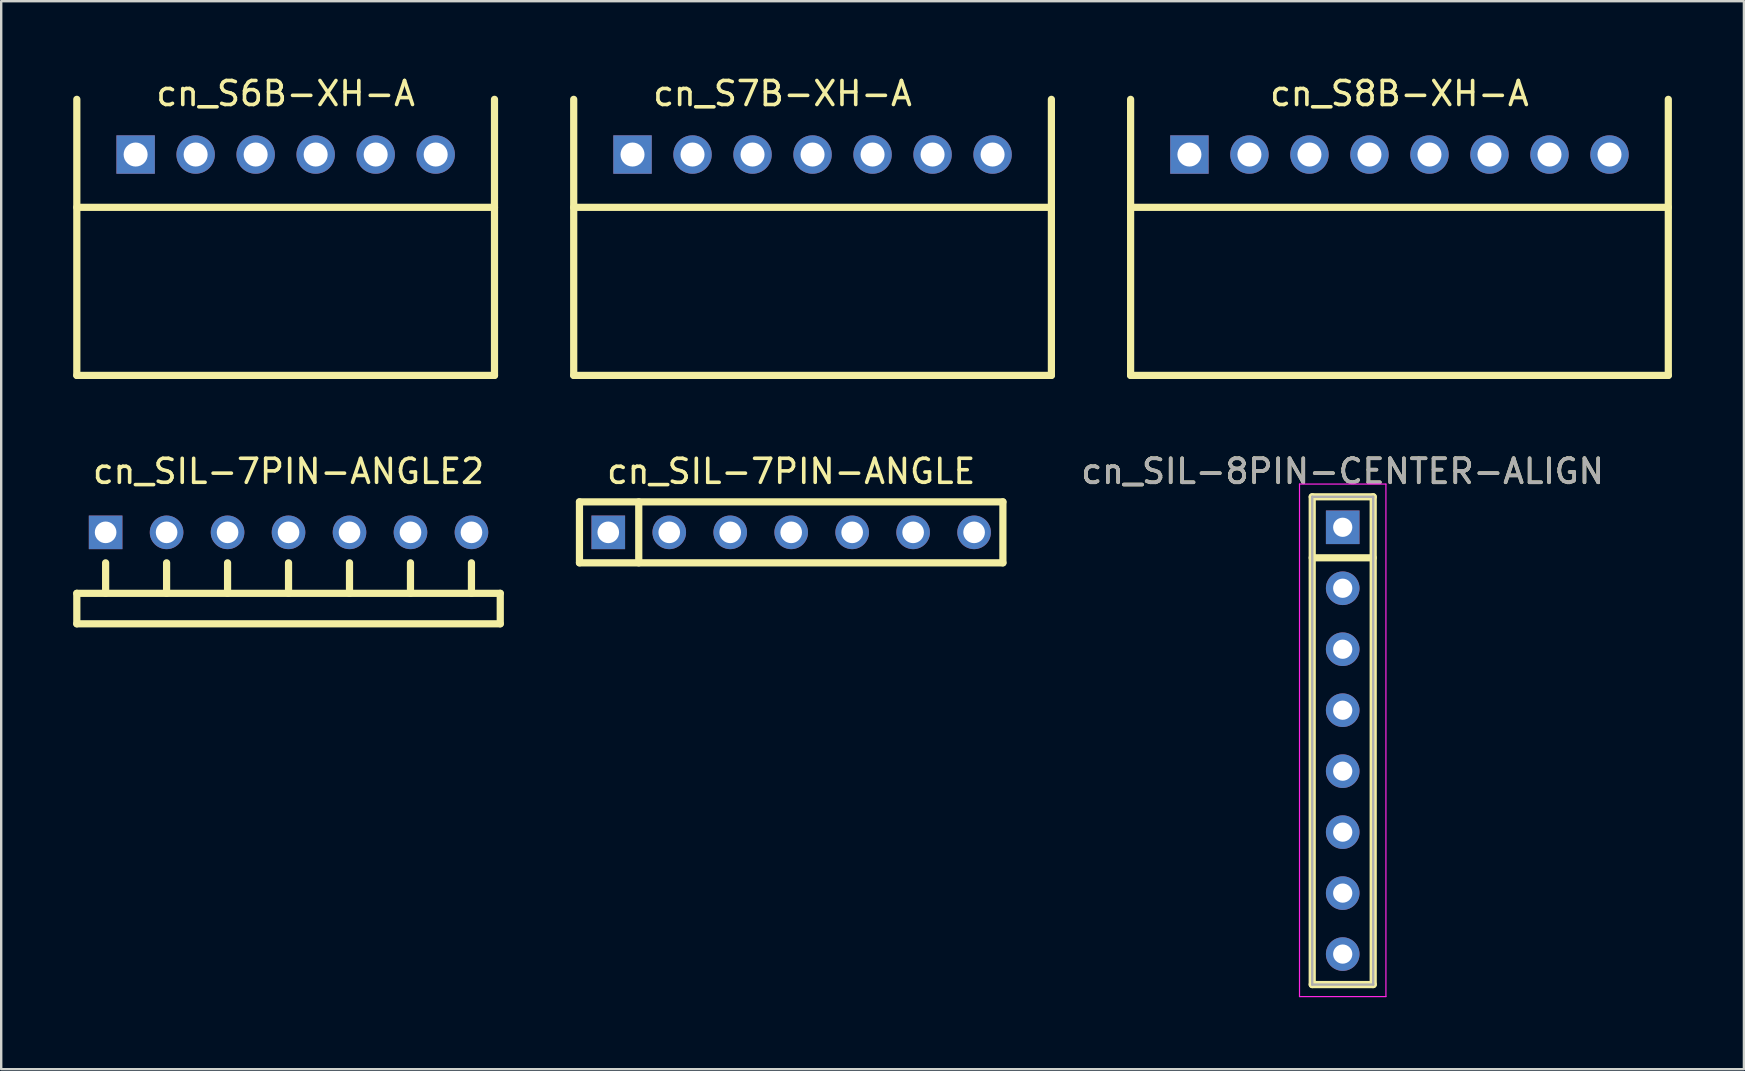
<source format=kicad_pcb>
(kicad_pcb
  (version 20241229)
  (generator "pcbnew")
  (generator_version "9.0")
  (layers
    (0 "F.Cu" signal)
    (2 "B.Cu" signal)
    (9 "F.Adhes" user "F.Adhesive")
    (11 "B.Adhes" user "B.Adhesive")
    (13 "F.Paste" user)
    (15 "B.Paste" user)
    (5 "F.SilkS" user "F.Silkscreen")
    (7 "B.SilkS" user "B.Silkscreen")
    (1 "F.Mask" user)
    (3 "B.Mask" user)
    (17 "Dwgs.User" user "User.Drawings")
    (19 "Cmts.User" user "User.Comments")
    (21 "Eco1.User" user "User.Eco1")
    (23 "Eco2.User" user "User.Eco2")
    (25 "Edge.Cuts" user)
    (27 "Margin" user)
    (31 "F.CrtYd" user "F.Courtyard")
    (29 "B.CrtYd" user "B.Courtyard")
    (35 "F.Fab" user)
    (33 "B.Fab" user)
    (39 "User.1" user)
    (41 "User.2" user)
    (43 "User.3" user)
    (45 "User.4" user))
  (footprint "cn_SIL-7PIN-ANGLE"
    (layer "F.Cu")
    (at 29.91 19.127)
    (property "Reference" "cn_SIL-7PIN-ANGLE" (at 0 -2.54 0) (layer "F.SilkS") (effects (font (size 1 1) (thickness 0.15))))
    (attr through_hole)
    (fp_line (start -8.82 -1.27) (end -8.82 1.27) (stroke (width 0.3) (type solid)) (layer "F.SilkS"))
    (fp_line (start -8.82 1.27) (end 8.82 1.27) (stroke (width 0.3) (type solid)) (layer "F.SilkS"))
    (fp_line (start -6.35 -1.27) (end -6.35 1.27) (stroke (width 0.3) (type solid)) (layer "F.SilkS"))
    (fp_line (start 8.82 -1.27) (end -8.82 -1.27) (stroke (width 0.3) (type solid)) (layer "F.SilkS"))
    (fp_line (start 8.82 1.27) (end 8.82 -1.27) (stroke (width 0.3) (type solid)) (layer "F.SilkS"))
    (pad "1" thru_hole rect (at -7.62 0) (size 1.4 1.4) (drill 0.9) (layers "*.Cu" "*.Mask"))
    (pad "2" thru_hole circle (at -5.08 0) (size 1.4 1.4) (drill 0.9) (layers "*.Cu" "*.Mask"))
    (pad "3" thru_hole circle (at -2.54 0) (size 1.4 1.4) (drill 0.9) (layers "*.Cu" "*.Mask"))
    (pad "4" thru_hole circle (at 0 0) (size 1.4 1.4) (drill 0.9) (layers "*.Cu" "*.Mask"))
    (pad "5" thru_hole circle (at 2.54 0) (size 1.4 1.4) (drill 0.9) (layers "*.Cu" "*.Mask"))
    (pad "6" thru_hole circle (at 5.08 0) (size 1.4 1.4) (drill 0.9) (layers "*.Cu" "*.Mask"))
    (pad "7" thru_hole circle (at 7.62 0) (size 1.4 1.4) (drill 0.9) (layers "*.Cu" "*.Mask")))
  (footprint "cn_S6B-XH-A"
    (layer "F.Cu")
    (at 8.85 3.388)
    (property "Reference" "cn_S6B-XH-A" (at 0 -2.54 0) (layer "F.SilkS") (effects (font (size 1 1) (thickness 0.15))))
    (attr through_hole)
    (fp_line (start -8.7 2.2) (end 8.7 2.2) (stroke (width 0.3) (type solid)) (layer "F.SilkS"))
    (fp_line (start -8.7 9.2) (end -8.7 -2.3) (stroke (width 0.3) (type solid)) (layer "F.SilkS"))
    (fp_line (start -8.7 9.2) (end 8.7 9.2) (stroke (width 0.3) (type solid)) (layer "F.SilkS"))
    (fp_line (start 8.7 9.2) (end 8.7 -2.3) (stroke (width 0.3) (type solid)) (layer "F.SilkS"))
    (pad "1" thru_hole rect (at -6.25 0) (size 1.6 1.6) (drill 1) (layers "*.Cu" "*.Mask"))
    (pad "2" thru_hole circle (at -3.75 0) (size 1.6 1.6) (drill 1) (layers "*.Cu" "*.Mask"))
    (pad "3" thru_hole circle (at -1.25 0) (size 1.6 1.6) (drill 1) (layers "*.Cu" "*.Mask"))
    (pad "4" thru_hole circle (at 1.25 0) (size 1.6 1.6) (drill 1) (layers "*.Cu" "*.Mask"))
    (pad "5" thru_hole circle (at 3.75 0) (size 1.6 1.6) (drill 1) (layers "*.Cu" "*.Mask"))
    (pad "6" thru_hole circle (at 6.25 0) (size 1.6 1.6) (drill 1) (layers "*.Cu" "*.Mask")))
  (footprint "cn_S7B-XH-A"
    (layer "F.Cu")
    (at 30.8 3.388)
    (property "Reference" "cn_S7B-XH-A" (at -1.25 -2.54 0) (layer "F.SilkS") (effects (font (size 1 1) (thickness 0.15))))
    (attr through_hole)
    (fp_line (start -9.95 2.2) (end 9.95 2.2) (stroke (width 0.3) (type solid)) (layer "F.SilkS"))
    (fp_line (start -9.95 9.2) (end -9.95 -2.3) (stroke (width 0.3) (type solid)) (layer "F.SilkS"))
    (fp_line (start -9.95 9.2) (end 9.95 9.2) (stroke (width 0.3) (type solid)) (layer "F.SilkS"))
    (fp_line (start 9.95 9.2) (end 9.95 -2.3) (stroke (width 0.3) (type solid)) (layer "F.SilkS"))
    (pad "1" thru_hole rect (at -7.5 0) (size 1.6 1.6) (drill 1) (layers "*.Cu" "*.Mask"))
    (pad "2" thru_hole circle (at -5 0) (size 1.6 1.6) (drill 1) (layers "*.Cu" "*.Mask"))
    (pad "3" thru_hole circle (at -2.5 0) (size 1.6 1.6) (drill 1) (layers "*.Cu" "*.Mask"))
    (pad "4" thru_hole circle (at 0 0) (size 1.6 1.6) (drill 1) (layers "*.Cu" "*.Mask"))
    (pad "5" thru_hole circle (at 2.5 0) (size 1.6 1.6) (drill 1) (layers "*.Cu" "*.Mask"))
    (pad "6" thru_hole circle (at 5 0) (size 1.6 1.6) (drill 1) (layers "*.Cu" "*.Mask"))
    (pad "7" thru_hole circle (at 7.5 0) (size 1.6 1.6) (drill 1) (layers "*.Cu" "*.Mask")))
  (footprint "cn_SIL-8PIN-CENTER-ALIGN"
    (layer "F.Cu")
    (at 52.886 27.806)
    (property "Reference" "cn_SIL-8PIN-CENTER-ALIGN" (at 0 -11.22 0) (layer "F.SilkS") (effects (font (size 1 1) (thickness 0.15))))
    (attr through_hole)
    (fp_line (start -1.27 -10.16) (end -1.27 10.16) (stroke (width 0.3) (type solid)) (layer "F.SilkS"))
    (fp_line (start -1.27 -7.62) (end 1.27 -7.62) (stroke (width 0.3) (type solid)) (layer "F.SilkS"))
    (fp_line (start -1.27 10.16) (end 1.27 10.16) (stroke (width 0.3) (type solid)) (layer "F.SilkS"))
    (fp_line (start 1.27 -10.16) (end -1.27 -10.16) (stroke (width 0.3) (type solid)) (layer "F.SilkS"))
    (fp_line (start 1.27 10.16) (end 1.27 -10.16) (stroke (width 0.3) (type solid)) (layer "F.SilkS"))
    (fp_line (start -1.8 -10.69) (end -1.8 10.66) (stroke (width 0.05) (type solid)) (layer "F.CrtYd"))
    (fp_line (start -1.8 10.66) (end 1.8 10.66) (stroke (width 0.05) (type solid)) (layer "F.CrtYd"))
    (fp_line (start 1.8 -10.69) (end -1.8 -10.69) (stroke (width 0.05) (type solid)) (layer "F.CrtYd"))
    (fp_line (start 1.8 10.66) (end 1.8 -10.69) (stroke (width 0.05) (type solid)) (layer "F.CrtYd"))
    (fp_line (start -1.27 -10.16) (end -1.27 10.16) (stroke (width 0.1) (type solid)) (layer "F.Fab"))
    (fp_line (start -1.27 10.16) (end 1.27 10.16) (stroke (width 0.1) (type solid)) (layer "F.Fab"))
    (fp_line (start 1.27 -10.16) (end -1.27 -10.16) (stroke (width 0.1) (type solid)) (layer "F.Fab"))
    (fp_line (start 1.27 10.16) (end 1.27 -10.16) (stroke (width 0.1) (type solid)) (layer "F.Fab"))
    (fp_text user "${REFERENCE}" (at 0 -11.22 0) (layer "F.Fab") (effects (font (size 1 1) (thickness 0.15))))
    (pad "1" thru_hole rect (at 0 -8.89) (size 1.4 1.4) (drill 0.8) (layers "*.Cu" "*.Mask"))
    (pad "2" thru_hole oval (at 0 -6.35) (size 1.4 1.4) (drill 0.8) (layers "*.Cu" "*.Mask"))
    (pad "3" thru_hole oval (at 0 -3.81) (size 1.4 1.4) (drill 0.8) (layers "*.Cu" "*.Mask"))
    (pad "4" thru_hole oval (at 0 -1.27) (size 1.4 1.4) (drill 0.8) (layers "*.Cu" "*.Mask"))
    (pad "5" thru_hole oval (at 0 1.27) (size 1.4 1.4) (drill 0.8) (layers "*.Cu" "*.Mask"))
    (pad "6" thru_hole oval (at 0 3.81) (size 1.4 1.4) (drill 0.8) (layers "*.Cu" "*.Mask"))
    (pad "7" thru_hole oval (at 0 6.35) (size 1.4 1.4) (drill 0.8) (layers "*.Cu" "*.Mask"))
    (pad "8" thru_hole oval (at 0 8.89) (size 1.4 1.4) (drill 0.8) (layers "*.Cu" "*.Mask")))
  (footprint "cn_SIL-7PIN-ANGLE2"
    (layer "F.Cu")
    (at 8.97 19.127)
    (property "Reference" "cn_SIL-7PIN-ANGLE2" (at 0 -2.54 0) (layer "F.SilkS") (effects (font (size 1 1) (thickness 0.15))))
    (attr through_hole)
    (fp_line (start -8.82 2.54) (end -8.82 3.81) (stroke (width 0.3) (type solid)) (layer "F.SilkS"))
    (fp_line (start -8.82 3.81) (end 8.82 3.81) (stroke (width 0.3) (type solid)) (layer "F.SilkS"))
    (fp_line (start -7.62 2.54) (end -7.62 1.27) (stroke (width 0.3) (type solid)) (layer "F.SilkS"))
    (fp_line (start -5.08 2.54) (end -5.08 1.27) (stroke (width 0.3) (type solid)) (layer "F.SilkS"))
    (fp_line (start -2.54 2.54) (end -2.54 1.27) (stroke (width 0.3) (type solid)) (layer "F.SilkS"))
    (fp_line (start 0 2.54) (end 0 1.27) (stroke (width 0.3) (type solid)) (layer "F.SilkS"))
    (fp_line (start 2.54 2.54) (end 2.54 1.27) (stroke (width 0.3) (type solid)) (layer "F.SilkS"))
    (fp_line (start 5.08 2.54) (end 5.08 1.27) (stroke (width 0.3) (type solid)) (layer "F.SilkS"))
    (fp_line (start 7.62 2.54) (end 7.62 1.27) (stroke (width 0.3) (type solid)) (layer "F.SilkS"))
    (fp_line (start 8.82 2.54) (end -8.82 2.54) (stroke (width 0.3) (type solid)) (layer "F.SilkS"))
    (fp_line (start 8.82 3.81) (end 8.82 2.54) (stroke (width 0.3) (type solid)) (layer "F.SilkS"))
    (pad "1" thru_hole rect (at -7.62 0) (size 1.4 1.4) (drill 0.9) (layers "*.Cu" "*.Mask"))
    (pad "2" thru_hole circle (at -5.08 0) (size 1.4 1.4) (drill 0.9) (layers "*.Cu" "*.Mask"))
    (pad "3" thru_hole circle (at -2.54 0) (size 1.4 1.4) (drill 0.9) (layers "*.Cu" "*.Mask"))
    (pad "4" thru_hole circle (at 0 0) (size 1.4 1.4) (drill 0.9) (layers "*.Cu" "*.Mask"))
    (pad "5" thru_hole circle (at 2.54 0) (size 1.4 1.4) (drill 0.9) (layers "*.Cu" "*.Mask"))
    (pad "6" thru_hole circle (at 5.08 0) (size 1.4 1.4) (drill 0.9) (layers "*.Cu" "*.Mask"))
    (pad "7" thru_hole circle (at 7.62 0) (size 1.4 1.4) (drill 0.9) (layers "*.Cu" "*.Mask")))
  (footprint "cn_S8B-XH-A"
    (layer "F.Cu")
    (at 55.25 3.388)
    (property "Reference" "cn_S8B-XH-A" (at 0 -2.54 0) (layer "F.SilkS") (effects (font (size 1 1) (thickness 0.15))))
    (attr through_hole)
    (fp_line (start -11.2 2.2) (end 11.2 2.2) (stroke (width 0.3) (type solid)) (layer "F.SilkS"))
    (fp_line (start -11.2 9.2) (end -11.2 -2.3) (stroke (width 0.3) (type solid)) (layer "F.SilkS"))
    (fp_line (start -11.2 9.2) (end 11.2 9.2) (stroke (width 0.3) (type solid)) (layer "F.SilkS"))
    (fp_line (start 11.2 9.2) (end 11.2 -2.3) (stroke (width 0.3) (type solid)) (layer "F.SilkS"))
    (pad "1" thru_hole rect (at -8.75 0) (size 1.6 1.6) (drill 1) (layers "*.Cu" "*.Mask"))
    (pad "2" thru_hole circle (at -6.25 0) (size 1.6 1.6) (drill 1) (layers "*.Cu" "*.Mask"))
    (pad "3" thru_hole circle (at -3.75 0) (size 1.6 1.6) (drill 1) (layers "*.Cu" "*.Mask"))
    (pad "4" thru_hole circle (at -1.25 0) (size 1.6 1.6) (drill 1) (layers "*.Cu" "*.Mask"))
    (pad "5" thru_hole circle (at 1.25 0) (size 1.6 1.6) (drill 1) (layers "*.Cu" "*.Mask"))
    (pad "6" thru_hole circle (at 3.75 0) (size 1.6 1.6) (drill 1) (layers "*.Cu" "*.Mask"))
    (pad "7" thru_hole circle (at 6.25 0) (size 1.6 1.6) (drill 1) (layers "*.Cu" "*.Mask"))
    (pad "8" thru_hole circle (at 8.75 0) (size 1.6 1.6) (drill 1) (layers "*.Cu" "*.Mask")))
  (gr_rect
    (start -3 -3)
    (end 69.6 41.492)
    (stroke (width 0.1) (type default))
    (fill no)
    (layer "Edge.Cuts")))
</source>
